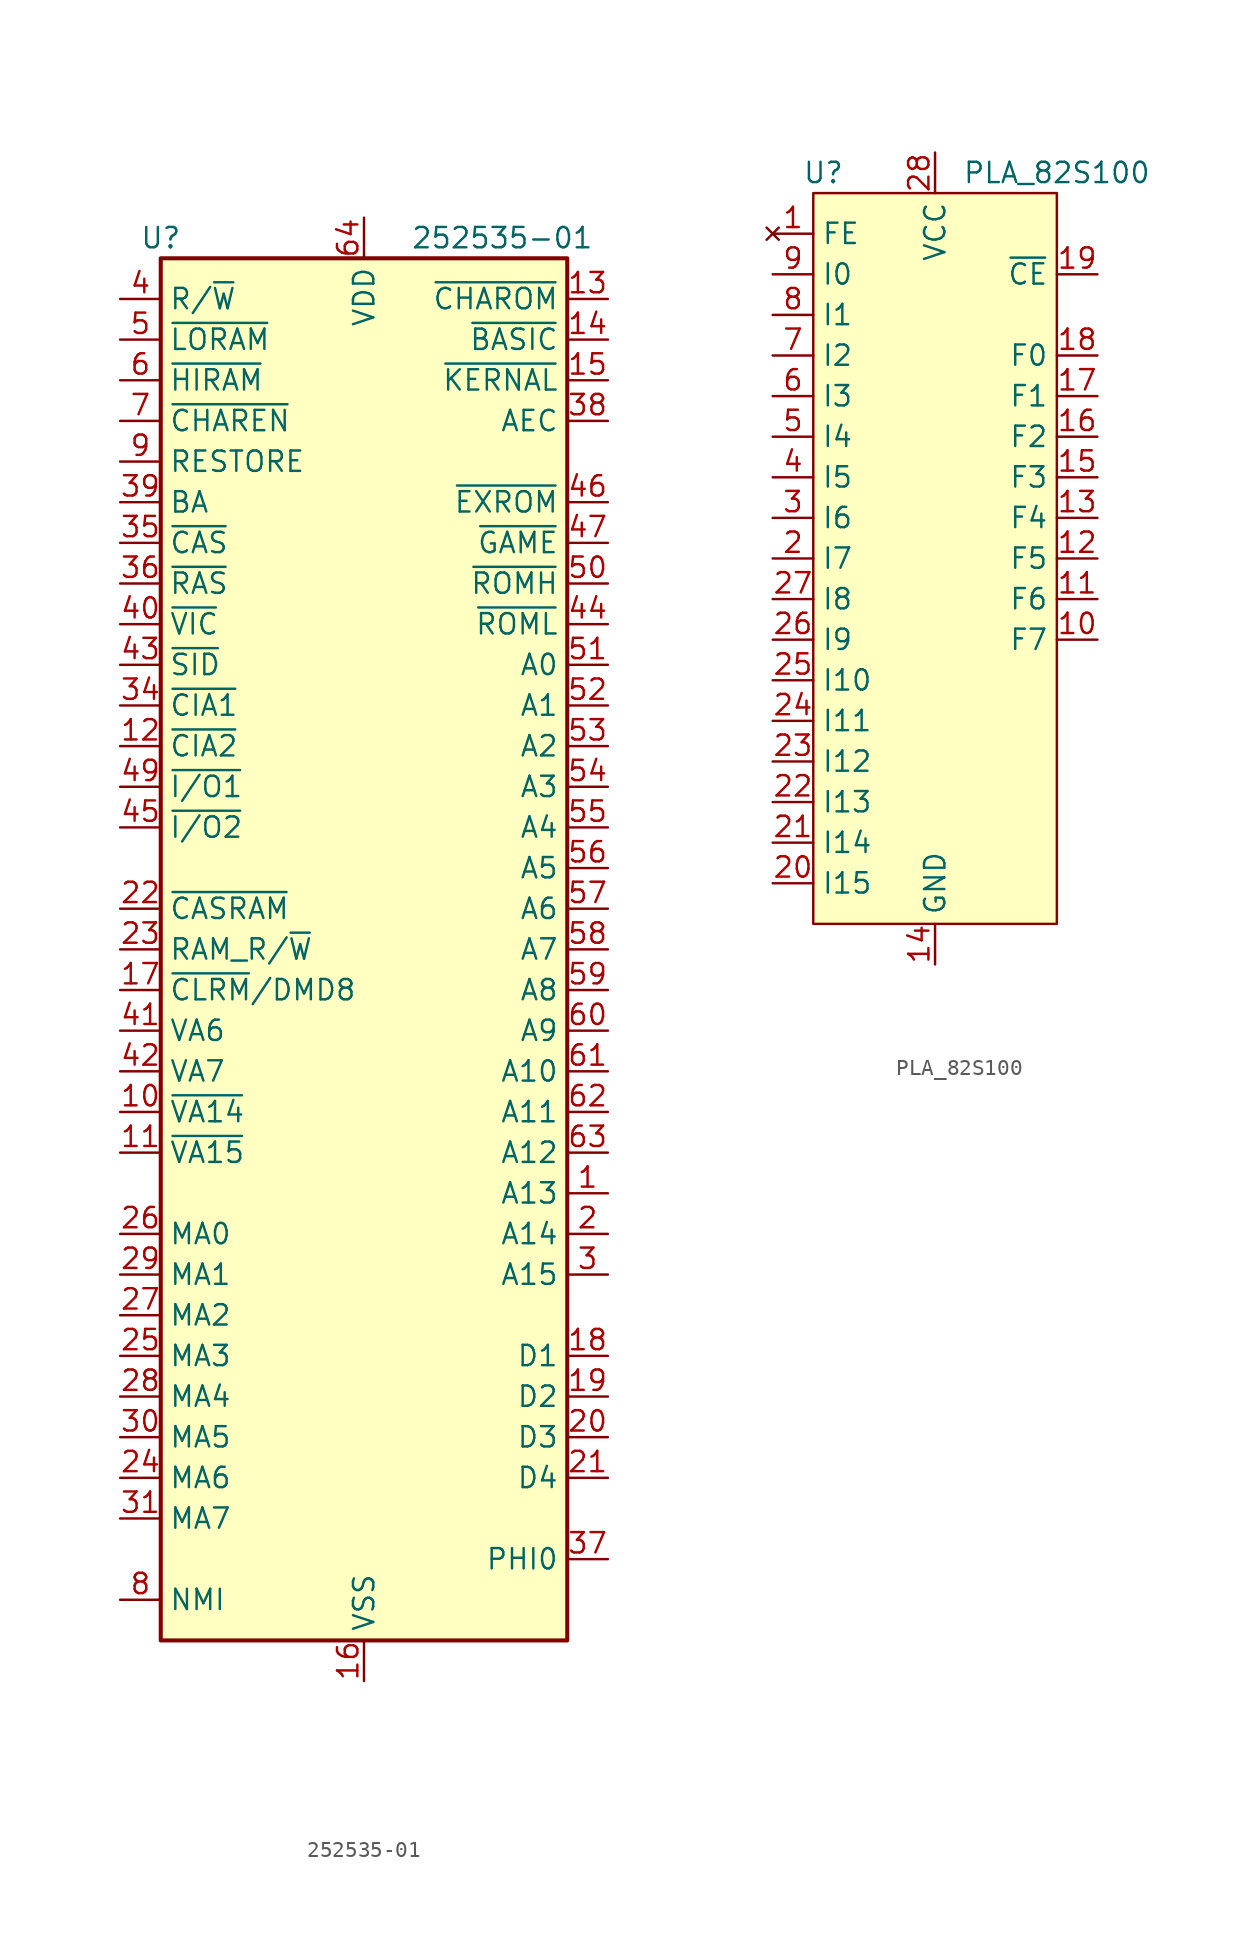
<source format=kicad_sym>
(kicad_symbol_lib
  (version 20220914)
  (generator kicad_symbol_editor)
  (symbol "252535-01"
    (property "Reference" "U"
      (at -12.7 44.45 0)
      (effects (font (size 1.27 1.27))))
    (property "Value" "252535-01"
      (at 8.636 44.45 0)
      (effects (font (size 1.27 1.27))))
    (symbol "252535-01_0_1"
      (rectangle (start -12.7 43.18) (end 12.7 -43.18) (stroke (width 0.254) (type solid)) (fill (type background))))
    (symbol "252535-01_1_1"
      (pin bidirectional line (at 15.24 -15.24 180) (length 2.54) (name "A13" (effects (font (size 1.27 1.27)))) (number "1" (effects (font (size 1.27 1.27)))))
      (pin input line (at -15.24 -10.16 0) (length 2.54) (name "~{VA14}" (effects (font (size 1.27 1.27)))) (number "10" (effects (font (size 1.27 1.27)))))
      (pin input line (at -15.24 -12.7 0) (length 2.54) (name "~{VA15}" (effects (font (size 1.27 1.27)))) (number "11" (effects (font (size 1.27 1.27)))))
      (pin output line (at -15.24 12.7 0) (length 2.54) (name "~{CIA2}" (effects (font (size 1.27 1.27)))) (number "12" (effects (font (size 1.27 1.27)))))
      (pin output line (at 15.24 40.64 180) (length 2.54) (name "~{CHAROM}" (effects (font (size 1.27 1.27)))) (number "13" (effects (font (size 1.27 1.27)))))
      (pin output line (at 15.24 38.1 180) (length 2.54) (name "~{BASIC}" (effects (font (size 1.27 1.27)))) (number "14" (effects (font (size 1.27 1.27)))))
      (pin output line (at 15.24 35.56 180) (length 2.54) (name "~{KERNAL}" (effects (font (size 1.27 1.27)))) (number "15" (effects (font (size 1.27 1.27)))))
      (pin power_in line (at 0 -45.72 90) (length 2.54) (name "VSS" (effects (font (size 1.27 1.27)))) (number "16" (effects (font (size 1.27 1.27)))))
      (pin input line (at -15.24 -2.54 0) (length 2.54) (name "~{CLRM}/DMD8" (effects (font (size 1.27 1.27)))) (number "17" (effects (font (size 1.27 1.27)))))
      (pin output line (at 15.24 -25.4 180) (length 2.54) (name "D1" (effects (font (size 1.27 1.27)))) (number "18" (effects (font (size 1.27 1.27)))))
      (pin output line (at 15.24 -27.94 180) (length 2.54) (name "D2" (effects (font (size 1.27 1.27)))) (number "19" (effects (font (size 1.27 1.27)))))
      (pin bidirectional line (at 15.24 -17.78 180) (length 2.54) (name "A14" (effects (font (size 1.27 1.27)))) (number "2" (effects (font (size 1.27 1.27)))))
      (pin output line (at 15.24 -30.48 180) (length 2.54) (name "D3" (effects (font (size 1.27 1.27)))) (number "20" (effects (font (size 1.27 1.27)))))
      (pin output line (at 15.24 -33.02 180) (length 2.54) (name "D4" (effects (font (size 1.27 1.27)))) (number "21" (effects (font (size 1.27 1.27)))))
      (pin output line (at -15.24 2.54 0) (length 2.54) (name "~{CASRAM}" (effects (font (size 1.27 1.27)))) (number "22" (effects (font (size 1.27 1.27)))))
      (pin output line (at -15.24 0 0) (length 2.54) (name "RAM_R/~{W}" (effects (font (size 1.27 1.27)))) (number "23" (effects (font (size 1.27 1.27)))))
      (pin bidirectional line (at -15.24 -33.02 0) (length 2.54) (name "MA6" (effects (font (size 1.27 1.27)))) (number "24" (effects (font (size 1.27 1.27)))))
      (pin bidirectional line (at -15.24 -25.4 0) (length 2.54) (name "MA3" (effects (font (size 1.27 1.27)))) (number "25" (effects (font (size 1.27 1.27)))))
      (pin bidirectional line (at -15.24 -17.78 0) (length 2.54) (name "MA0" (effects (font (size 1.27 1.27)))) (number "26" (effects (font (size 1.27 1.27)))))
      (pin bidirectional line (at -15.24 -22.86 0) (length 2.54) (name "MA2" (effects (font (size 1.27 1.27)))) (number "27" (effects (font (size 1.27 1.27)))))
      (pin bidirectional line (at -15.24 -27.94 0) (length 2.54) (name "MA4" (effects (font (size 1.27 1.27)))) (number "28" (effects (font (size 1.27 1.27)))))
      (pin bidirectional line (at -15.24 -20.32 0) (length 2.54) (name "MA1" (effects (font (size 1.27 1.27)))) (number "29" (effects (font (size 1.27 1.27)))))
      (pin bidirectional line (at 15.24 -20.32 180) (length 2.54) (name "A15" (effects (font (size 1.27 1.27)))) (number "3" (effects (font (size 1.27 1.27)))))
      (pin bidirectional line (at -15.24 -30.48 0) (length 2.54) (name "MA5" (effects (font (size 1.27 1.27)))) (number "30" (effects (font (size 1.27 1.27)))))
      (pin bidirectional line (at -15.24 -35.56 0) (length 2.54) (name "MA7" (effects (font (size 1.27 1.27)))) (number "31" (effects (font (size 1.27 1.27)))))
      (pin no_connect line (at 15.24 -40.64 180) (length 2.54) hide (name "NC" (effects (font (size 1.27 1.27)))) (number "32" (effects (font (size 1.27 1.27)))))
      (pin passive line (at 0 -45.72 90) (length 2.54) hide (name "VSS" (effects (font (size 1.27 1.27)))) (number "33" (effects (font (size 1.27 1.27)))))
      (pin output line (at -15.24 15.24 0) (length 2.54) (name "~{CIA1}" (effects (font (size 1.27 1.27)))) (number "34" (effects (font (size 1.27 1.27)))))
      (pin input line (at -15.24 25.4 0) (length 2.54) (name "~{CAS}" (effects (font (size 1.27 1.27)))) (number "35" (effects (font (size 1.27 1.27)))))
      (pin input line (at -15.24 22.86 0) (length 2.54) (name "~{RAS}" (effects (font (size 1.27 1.27)))) (number "36" (effects (font (size 1.27 1.27)))))
      (pin input line (at 15.24 -38.1 180) (length 2.54) (name "PHI0" (effects (font (size 1.27 1.27)))) (number "37" (effects (font (size 1.27 1.27)))))
      (pin input line (at 15.24 33.02 180) (length 2.54) (name "AEC" (effects (font (size 1.27 1.27)))) (number "38" (effects (font (size 1.27 1.27)))))
      (pin input line (at -15.24 27.94 0) (length 2.54) (name "BA" (effects (font (size 1.27 1.27)))) (number "39" (effects (font (size 1.27 1.27)))))
      (pin input line (at -15.24 40.64 0) (length 2.54) (name "R/~{W}" (effects (font (size 1.27 1.27)))) (number "4" (effects (font (size 1.27 1.27)))))
      (pin output line (at -15.24 20.32 0) (length 2.54) (name "~{VIC}" (effects (font (size 1.27 1.27)))) (number "40" (effects (font (size 1.27 1.27)))))
      (pin input line (at -15.24 -5.08 0) (length 2.54) (name "VA6" (effects (font (size 1.27 1.27)))) (number "41" (effects (font (size 1.27 1.27)))))
      (pin input line (at -15.24 -7.62 0) (length 2.54) (name "VA7" (effects (font (size 1.27 1.27)))) (number "42" (effects (font (size 1.27 1.27)))))
      (pin output line (at -15.24 17.78 0) (length 2.54) (name "~{SID}" (effects (font (size 1.27 1.27)))) (number "43" (effects (font (size 1.27 1.27)))))
      (pin output line (at 15.24 20.32 180) (length 2.54) (name "~{ROML}" (effects (font (size 1.27 1.27)))) (number "44" (effects (font (size 1.27 1.27)))))
      (pin output line (at -15.24 7.62 0) (length 2.54) (name "~{I/O2}" (effects (font (size 1.27 1.27)))) (number "45" (effects (font (size 1.27 1.27)))))
      (pin input line (at 15.24 27.94 180) (length 2.54) (name "~{EXROM}" (effects (font (size 1.27 1.27)))) (number "46" (effects (font (size 1.27 1.27)))))
      (pin input line (at 15.24 25.4 180) (length 2.54) (name "~{GAME}" (effects (font (size 1.27 1.27)))) (number "47" (effects (font (size 1.27 1.27)))))
      (pin passive line (at 0 -45.72 90) (length 2.54) hide (name "VSS" (effects (font (size 1.27 1.27)))) (number "48" (effects (font (size 1.27 1.27)))))
      (pin output line (at -15.24 10.16 0) (length 2.54) (name "~{I/O1}" (effects (font (size 1.27 1.27)))) (number "49" (effects (font (size 1.27 1.27)))))
      (pin input line (at -15.24 38.1 0) (length 2.54) (name "~{LORAM}" (effects (font (size 1.27 1.27)))) (number "5" (effects (font (size 1.27 1.27)))))
      (pin output line (at 15.24 22.86 180) (length 2.54) (name "~{ROMH}" (effects (font (size 1.27 1.27)))) (number "50" (effects (font (size 1.27 1.27)))))
      (pin bidirectional line (at 15.24 17.78 180) (length 2.54) (name "A0" (effects (font (size 1.27 1.27)))) (number "51" (effects (font (size 1.27 1.27)))))
      (pin bidirectional line (at 15.24 15.24 180) (length 2.54) (name "A1" (effects (font (size 1.27 1.27)))) (number "52" (effects (font (size 1.27 1.27)))))
      (pin bidirectional line (at 15.24 12.7 180) (length 2.54) (name "A2" (effects (font (size 1.27 1.27)))) (number "53" (effects (font (size 1.27 1.27)))))
      (pin bidirectional line (at 15.24 10.16 180) (length 2.54) (name "A3" (effects (font (size 1.27 1.27)))) (number "54" (effects (font (size 1.27 1.27)))))
      (pin bidirectional line (at 15.24 7.62 180) (length 2.54) (name "A4" (effects (font (size 1.27 1.27)))) (number "55" (effects (font (size 1.27 1.27)))))
      (pin bidirectional line (at 15.24 5.08 180) (length 2.54) (name "A5" (effects (font (size 1.27 1.27)))) (number "56" (effects (font (size 1.27 1.27)))))
      (pin bidirectional line (at 15.24 2.54 180) (length 2.54) (name "A6" (effects (font (size 1.27 1.27)))) (number "57" (effects (font (size 1.27 1.27)))))
      (pin bidirectional line (at 15.24 0 180) (length 2.54) (name "A7" (effects (font (size 1.27 1.27)))) (number "58" (effects (font (size 1.27 1.27)))))
      (pin bidirectional line (at 15.24 -2.54 180) (length 2.54) (name "A8" (effects (font (size 1.27 1.27)))) (number "59" (effects (font (size 1.27 1.27)))))
      (pin input line (at -15.24 35.56 0) (length 2.54) (name "~{HIRAM}" (effects (font (size 1.27 1.27)))) (number "6" (effects (font (size 1.27 1.27)))))
      (pin bidirectional line (at 15.24 -5.08 180) (length 2.54) (name "A9" (effects (font (size 1.27 1.27)))) (number "60" (effects (font (size 1.27 1.27)))))
      (pin bidirectional line (at 15.24 -7.62 180) (length 2.54) (name "A10" (effects (font (size 1.27 1.27)))) (number "61" (effects (font (size 1.27 1.27)))))
      (pin bidirectional line (at 15.24 -10.16 180) (length 2.54) (name "A11" (effects (font (size 1.27 1.27)))) (number "62" (effects (font (size 1.27 1.27)))))
      (pin bidirectional line (at 15.24 -12.7 180) (length 2.54) (name "A12" (effects (font (size 1.27 1.27)))) (number "63" (effects (font (size 1.27 1.27)))))
      (pin power_in line (at 0 45.72 270) (length 2.54) (name "VDD" (effects (font (size 1.27 1.27)))) (number "64" (effects (font (size 1.27 1.27)))))
      (pin input line (at -15.24 33.02 0) (length 2.54) (name "~{CHAREN}" (effects (font (size 1.27 1.27)))) (number "7" (effects (font (size 1.27 1.27)))))
      (pin output line (at -15.24 -40.64 0) (length 2.54) (name "NMI" (effects (font (size 1.27 1.27)))) (number "8" (effects (font (size 1.27 1.27)))))
      (pin input line (at -15.24 30.48 0) (length 2.54) (name "RESTORE" (effects (font (size 1.27 1.27)))) (number "9" (effects (font (size 1.27 1.27)))))))
  (symbol "PLA_82S100"
    (property "Reference" "U"
      (at -6.985 24.13 0)
      (effects (font (size 1.27 1.27))))
    (property "Value" "PLA_82S100"
      (at 7.62 24.13 0)
      (effects (font (size 1.27 1.27))))
    (symbol "PLA_82S100_0_1"
      (rectangle (start -7.62 22.86) (end 7.62 -22.86) (stroke (width 0) (type solid)) (fill (type background))))
    (symbol "PLA_82S100_1_1"
      (pin no_connect line (at -10.16 20.32 0) (length 2.54) (name "FE" (effects (font (size 1.27 1.27)))) (number "1" (effects (font (size 1.27 1.27)))))
      (pin output line (at 10.16 -5.08 180) (length 2.54) (name "F7" (effects (font (size 1.27 1.27)))) (number "10" (effects (font (size 1.27 1.27)))))
      (pin output line (at 10.16 -2.54 180) (length 2.54) (name "F6" (effects (font (size 1.27 1.27)))) (number "11" (effects (font (size 1.27 1.27)))))
      (pin output line (at 10.16 0 180) (length 2.54) (name "F5" (effects (font (size 1.27 1.27)))) (number "12" (effects (font (size 1.27 1.27)))))
      (pin output line (at 10.16 2.54 180) (length 2.54) (name "F4" (effects (font (size 1.27 1.27)))) (number "13" (effects (font (size 1.27 1.27)))))
      (pin power_in line (at 0 -25.4 90) (length 2.54) (name "GND" (effects (font (size 1.27 1.27)))) (number "14" (effects (font (size 1.27 1.27)))))
      (pin output line (at 10.16 5.08 180) (length 2.54) (name "F3" (effects (font (size 1.27 1.27)))) (number "15" (effects (font (size 1.27 1.27)))))
      (pin output line (at 10.16 7.62 180) (length 2.54) (name "F2" (effects (font (size 1.27 1.27)))) (number "16" (effects (font (size 1.27 1.27)))))
      (pin output line (at 10.16 10.16 180) (length 2.54) (name "F1" (effects (font (size 1.27 1.27)))) (number "17" (effects (font (size 1.27 1.27)))))
      (pin output line (at 10.16 12.7 180) (length 2.54) (name "F0" (effects (font (size 1.27 1.27)))) (number "18" (effects (font (size 1.27 1.27)))))
      (pin input line (at 10.16 17.78 180) (length 2.54) (name "~{CE}" (effects (font (size 1.27 1.27)))) (number "19" (effects (font (size 1.27 1.27)))))
      (pin input line (at -10.16 0 0) (length 2.54) (name "I7" (effects (font (size 1.27 1.27)))) (number "2" (effects (font (size 1.27 1.27)))))
      (pin input line (at -10.16 -20.32 0) (length 2.54) (name "I15" (effects (font (size 1.27 1.27)))) (number "20" (effects (font (size 1.27 1.27)))))
      (pin input line (at -10.16 -17.78 0) (length 2.54) (name "I14" (effects (font (size 1.27 1.27)))) (number "21" (effects (font (size 1.27 1.27)))))
      (pin input line (at -10.16 -15.24 0) (length 2.54) (name "I13" (effects (font (size 1.27 1.27)))) (number "22" (effects (font (size 1.27 1.27)))))
      (pin input line (at -10.16 -12.7 0) (length 2.54) (name "I12" (effects (font (size 1.27 1.27)))) (number "23" (effects (font (size 1.27 1.27)))))
      (pin input line (at -10.16 -10.16 0) (length 2.54) (name "I11" (effects (font (size 1.27 1.27)))) (number "24" (effects (font (size 1.27 1.27)))))
      (pin input line (at -10.16 -7.62 0) (length 2.54) (name "I10" (effects (font (size 1.27 1.27)))) (number "25" (effects (font (size 1.27 1.27)))))
      (pin input line (at -10.16 -5.08 0) (length 2.54) (name "I9" (effects (font (size 1.27 1.27)))) (number "26" (effects (font (size 1.27 1.27)))))
      (pin input line (at -10.16 -2.54 0) (length 2.54) (name "I8" (effects (font (size 1.27 1.27)))) (number "27" (effects (font (size 1.27 1.27)))))
      (pin power_in line (at 0 25.4 270) (length 2.54) (name "VCC" (effects (font (size 1.27 1.27)))) (number "28" (effects (font (size 1.27 1.27)))))
      (pin input line (at -10.16 2.54 0) (length 2.54) (name "I6" (effects (font (size 1.27 1.27)))) (number "3" (effects (font (size 1.27 1.27)))))
      (pin input line (at -10.16 5.08 0) (length 2.54) (name "I5" (effects (font (size 1.27 1.27)))) (number "4" (effects (font (size 1.27 1.27)))))
      (pin input line (at -10.16 7.62 0) (length 2.54) (name "I4" (effects (font (size 1.27 1.27)))) (number "5" (effects (font (size 1.27 1.27)))))
      (pin input line (at -10.16 10.16 0) (length 2.54) (name "I3" (effects (font (size 1.27 1.27)))) (number "6" (effects (font (size 1.27 1.27)))))
      (pin input line (at -10.16 12.7 0) (length 2.54) (name "I2" (effects (font (size 1.27 1.27)))) (number "7" (effects (font (size 1.27 1.27)))))
      (pin input line (at -10.16 15.24 0) (length 2.54) (name "I1" (effects (font (size 1.27 1.27)))) (number "8" (effects (font (size 1.27 1.27)))))
      (pin input line (at -10.16 17.78 0) (length 2.54) (name "I0" (effects (font (size 1.27 1.27)))) (number "9" (effects (font (size 1.27 1.27))))))))
</source>
